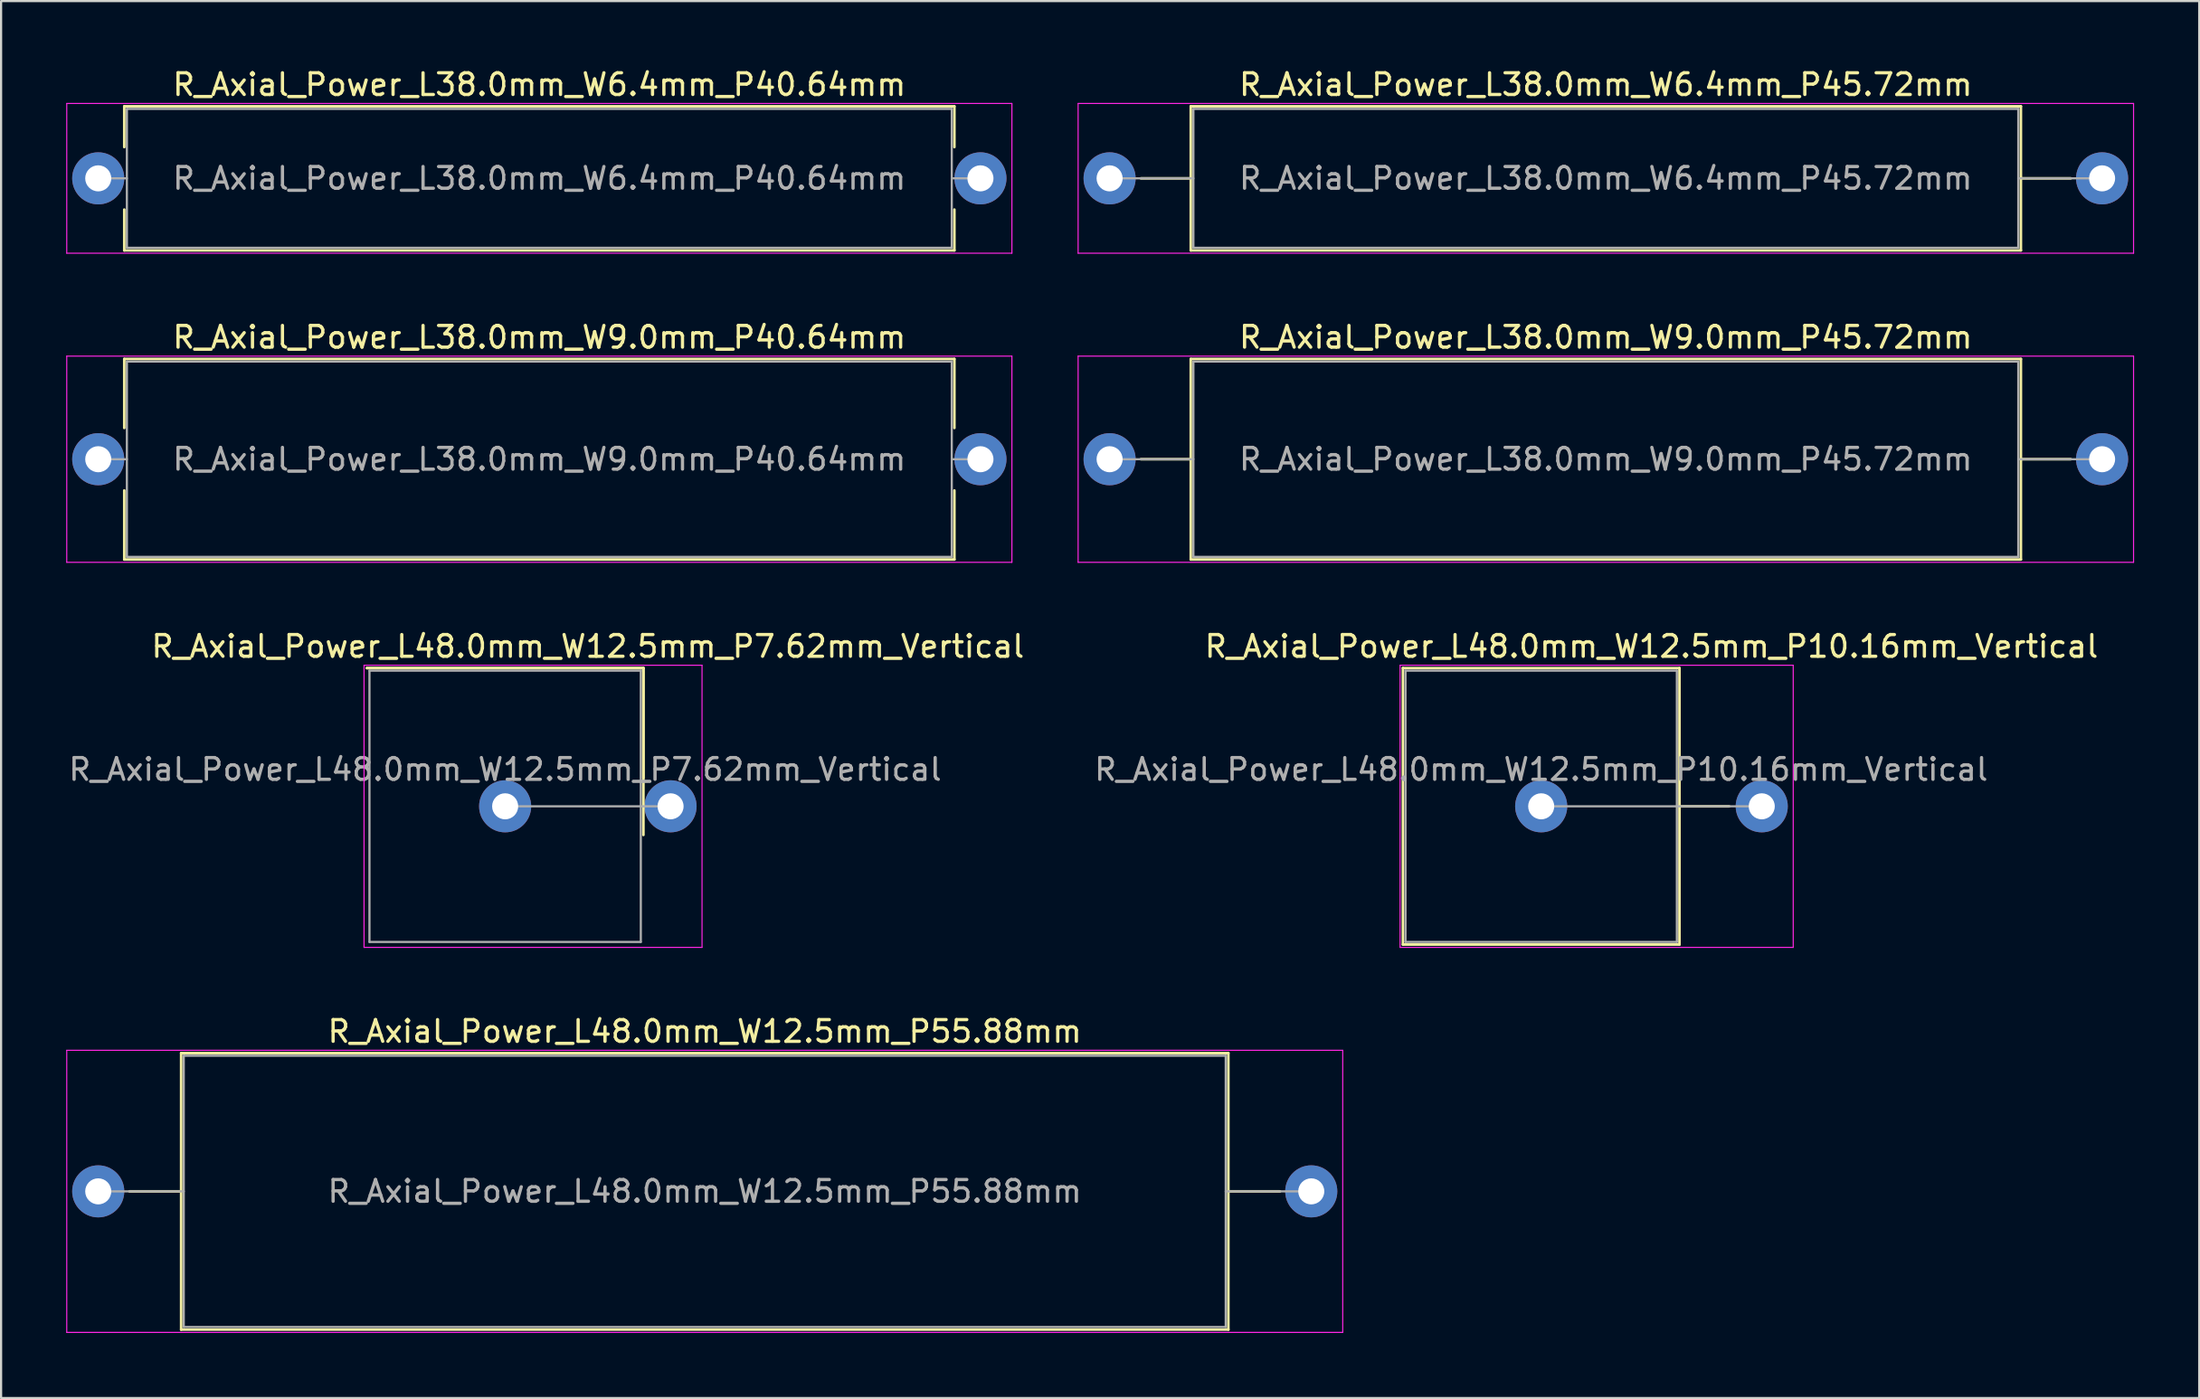
<source format=kicad_pcb>
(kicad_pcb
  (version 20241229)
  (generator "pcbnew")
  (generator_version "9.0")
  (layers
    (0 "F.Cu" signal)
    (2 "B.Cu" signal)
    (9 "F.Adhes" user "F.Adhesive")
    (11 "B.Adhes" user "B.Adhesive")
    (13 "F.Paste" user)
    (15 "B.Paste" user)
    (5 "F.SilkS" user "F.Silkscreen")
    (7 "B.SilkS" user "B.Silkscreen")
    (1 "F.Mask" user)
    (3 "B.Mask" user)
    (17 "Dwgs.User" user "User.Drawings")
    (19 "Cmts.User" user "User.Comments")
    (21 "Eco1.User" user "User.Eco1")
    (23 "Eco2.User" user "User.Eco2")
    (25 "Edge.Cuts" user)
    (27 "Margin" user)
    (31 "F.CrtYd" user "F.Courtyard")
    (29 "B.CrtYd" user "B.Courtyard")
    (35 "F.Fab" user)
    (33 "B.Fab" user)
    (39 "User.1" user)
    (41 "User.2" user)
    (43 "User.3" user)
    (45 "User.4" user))
  (footprint "R_Axial_Power_L38.0mm_W9.0mm_P40.64mm"
    (layer "F.Cu")
    (at 1.475 18.111)
    (property "Reference" "R_Axial_Power_L38.0mm_W9.0mm_P40.64mm" (at 20.32 -5.62 0) (layer "F.SilkS") (effects (font (size 1 1) (thickness 0.15))))
    (attr through_hole)
    (fp_line (start 1.2 -4.62) (end 39.44 -4.62) (stroke (width 0.12) (type solid)) (layer "F.SilkS"))
    (fp_line (start 1.2 -1.44) (end 1.2 -4.62) (stroke (width 0.12) (type solid)) (layer "F.SilkS"))
    (fp_line (start 1.2 1.44) (end 1.2 4.62) (stroke (width 0.12) (type solid)) (layer "F.SilkS"))
    (fp_line (start 1.2 4.62) (end 39.44 4.62) (stroke (width 0.12) (type solid)) (layer "F.SilkS"))
    (fp_line (start 39.44 -4.62) (end 39.44 -1.44) (stroke (width 0.12) (type solid)) (layer "F.SilkS"))
    (fp_line (start 39.44 4.62) (end 39.44 1.44) (stroke (width 0.12) (type solid)) (layer "F.SilkS"))
    (fp_line (start -1.45 -4.75) (end -1.45 4.75) (stroke (width 0.05) (type solid)) (layer "F.CrtYd"))
    (fp_line (start -1.45 4.75) (end 42.09 4.75) (stroke (width 0.05) (type solid)) (layer "F.CrtYd"))
    (fp_line (start 42.09 -4.75) (end -1.45 -4.75) (stroke (width 0.05) (type solid)) (layer "F.CrtYd"))
    (fp_line (start 42.09 4.75) (end 42.09 -4.75) (stroke (width 0.05) (type solid)) (layer "F.CrtYd"))
    (fp_line (start 0 0) (end 1.32 0) (stroke (width 0.1) (type solid)) (layer "F.Fab"))
    (fp_line (start 1.32 -4.5) (end 1.32 4.5) (stroke (width 0.1) (type solid)) (layer "F.Fab"))
    (fp_line (start 1.32 4.5) (end 39.32 4.5) (stroke (width 0.1) (type solid)) (layer "F.Fab"))
    (fp_line (start 39.32 -4.5) (end 1.32 -4.5) (stroke (width 0.1) (type solid)) (layer "F.Fab"))
    (fp_line (start 39.32 4.5) (end 39.32 -4.5) (stroke (width 0.1) (type solid)) (layer "F.Fab"))
    (fp_line (start 40.64 0) (end 39.32 0) (stroke (width 0.1) (type solid)) (layer "F.Fab"))
    (fp_text user "${REFERENCE}" (at 20.32 0 0) (layer "F.Fab") (effects (font (size 1 1) (thickness 0.15))))
    (pad "1" thru_hole circle (at 0 0) (size 2.4 2.4) (drill 1.2) (layers "*.Cu" "*.Mask"))
    (pad "2" thru_hole oval (at 40.64 0) (size 2.4 2.4) (drill 1.2) (layers "*.Cu" "*.Mask")))
  (footprint "R_Axial_Power_L48.0mm_W12.5mm_P10.16mm_Vertical"
    (layer "F.Cu")
    (at 67.947 34.105)
    (property "Reference" "R_Axial_Power_L48.0mm_W12.5mm_P10.16mm_Vertical" (at 5.08 -7.37 0) (layer "F.SilkS") (effects (font (size 1 1) (thickness 0.15))))
    (attr through_hole)
    (fp_line (start -6.37 -6.37) (end -6.37 6.37) (stroke (width 0.12) (type solid)) (layer "F.SilkS"))
    (fp_line (start -6.37 6.37) (end 6.37 6.37) (stroke (width 0.12) (type solid)) (layer "F.SilkS"))
    (fp_line (start 6.37 -6.37) (end -6.37 -6.37) (stroke (width 0.12) (type solid)) (layer "F.SilkS"))
    (fp_line (start 6.37 0) (end 8.66 0) (stroke (width 0.12) (type solid)) (layer "F.SilkS"))
    (fp_line (start 6.37 6.37) (end 6.37 -6.37) (stroke (width 0.12) (type solid)) (layer "F.SilkS"))
    (fp_line (start -6.5 -6.5) (end -6.5 6.5) (stroke (width 0.05) (type solid)) (layer "F.CrtYd"))
    (fp_line (start -6.5 6.5) (end 11.61 6.5) (stroke (width 0.05) (type solid)) (layer "F.CrtYd"))
    (fp_line (start 11.61 -6.5) (end -6.5 -6.5) (stroke (width 0.05) (type solid)) (layer "F.CrtYd"))
    (fp_line (start 11.61 6.5) (end 11.61 -6.5) (stroke (width 0.05) (type solid)) (layer "F.CrtYd"))
    (fp_line (start -6.25 -6.25) (end -6.25 6.25) (stroke (width 0.1) (type solid)) (layer "F.Fab"))
    (fp_line (start -6.25 6.25) (end 6.25 6.25) (stroke (width 0.1) (type solid)) (layer "F.Fab"))
    (fp_line (start 0 0) (end 10.16 0) (stroke (width 0.1) (type solid)) (layer "F.Fab"))
    (fp_line (start 6.25 -6.25) (end -6.25 -6.25) (stroke (width 0.1) (type solid)) (layer "F.Fab"))
    (fp_line (start 6.25 6.25) (end 6.25 -6.25) (stroke (width 0.1) (type solid)) (layer "F.Fab"))
    (fp_text user "${REFERENCE}" (at 0 -1.7 0) (layer "F.Fab") (effects (font (size 1 1) (thickness 0.15))))
    (pad "1" thru_hole circle (at 0 0) (size 2.4 2.4) (drill 1.2) (layers "*.Cu" "*.Mask"))
    (pad "2" thru_hole oval (at 10.16 0) (size 2.4 2.4) (drill 1.2) (layers "*.Cu" "*.Mask")))
  (footprint "R_Axial_Power_L38.0mm_W9.0mm_P45.72mm"
    (layer "F.Cu")
    (at 48.065 18.111)
    (property "Reference" "R_Axial_Power_L38.0mm_W9.0mm_P45.72mm" (at 22.86 -5.62 0) (layer "F.SilkS") (effects (font (size 1 1) (thickness 0.15))))
    (attr through_hole)
    (fp_line (start 1.44 0) (end 3.74 0) (stroke (width 0.12) (type solid)) (layer "F.SilkS"))
    (fp_line (start 3.74 -4.62) (end 3.74 4.62) (stroke (width 0.12) (type solid)) (layer "F.SilkS"))
    (fp_line (start 3.74 4.62) (end 41.98 4.62) (stroke (width 0.12) (type solid)) (layer "F.SilkS"))
    (fp_line (start 41.98 -4.62) (end 3.74 -4.62) (stroke (width 0.12) (type solid)) (layer "F.SilkS"))
    (fp_line (start 41.98 4.62) (end 41.98 -4.62) (stroke (width 0.12) (type solid)) (layer "F.SilkS"))
    (fp_line (start 44.28 0) (end 41.98 0) (stroke (width 0.12) (type solid)) (layer "F.SilkS"))
    (fp_line (start -1.45 -4.75) (end -1.45 4.75) (stroke (width 0.05) (type solid)) (layer "F.CrtYd"))
    (fp_line (start -1.45 4.75) (end 47.17 4.75) (stroke (width 0.05) (type solid)) (layer "F.CrtYd"))
    (fp_line (start 47.17 -4.75) (end -1.45 -4.75) (stroke (width 0.05) (type solid)) (layer "F.CrtYd"))
    (fp_line (start 47.17 4.75) (end 47.17 -4.75) (stroke (width 0.05) (type solid)) (layer "F.CrtYd"))
    (fp_line (start 0 0) (end 3.86 0) (stroke (width 0.1) (type solid)) (layer "F.Fab"))
    (fp_line (start 3.86 -4.5) (end 3.86 4.5) (stroke (width 0.1) (type solid)) (layer "F.Fab"))
    (fp_line (start 3.86 4.5) (end 41.86 4.5) (stroke (width 0.1) (type solid)) (layer "F.Fab"))
    (fp_line (start 41.86 -4.5) (end 3.86 -4.5) (stroke (width 0.1) (type solid)) (layer "F.Fab"))
    (fp_line (start 41.86 4.5) (end 41.86 -4.5) (stroke (width 0.1) (type solid)) (layer "F.Fab"))
    (fp_line (start 45.72 0) (end 41.86 0) (stroke (width 0.1) (type solid)) (layer "F.Fab"))
    (fp_text user "${REFERENCE}" (at 22.86 0 0) (layer "F.Fab") (effects (font (size 1 1) (thickness 0.15))))
    (pad "1" thru_hole circle (at 0 0) (size 2.4 2.4) (drill 1.2) (layers "*.Cu" "*.Mask"))
    (pad "2" thru_hole oval (at 45.72 0) (size 2.4 2.4) (drill 1.2) (layers "*.Cu" "*.Mask")))
  (footprint "R_Axial_Power_L48.0mm_W12.5mm_P7.62mm_Vertical"
    (layer "F.Cu")
    (at 20.22 34.105)
    (property "Reference" "R_Axial_Power_L48.0mm_W12.5mm_P7.62mm_Vertical" (at 3.81 -7.37 0) (layer "F.SilkS") (effects (font (size 1 1) (thickness 0.15))))
    (attr through_hole)
    (fp_line (start -6.37 -6.37) (end 6.37 -6.37) (stroke (width 0.12) (type solid)) (layer "F.SilkS"))
    (fp_line (start 6.37 -6.37) (end -6.37 -6.37) (stroke (width 0.12) (type solid)) (layer "F.SilkS"))
    (fp_line (start 6.37 -6.37) (end 6.37 1.32) (stroke (width 0.12) (type solid)) (layer "F.SilkS"))
    (fp_line (start 6.37 -1.32) (end 6.37 -6.37) (stroke (width 0.12) (type solid)) (layer "F.SilkS"))
    (fp_line (start -6.5 -6.5) (end -6.5 6.5) (stroke (width 0.05) (type solid)) (layer "F.CrtYd"))
    (fp_line (start -6.5 6.5) (end 9.07 6.5) (stroke (width 0.05) (type solid)) (layer "F.CrtYd"))
    (fp_line (start 9.07 -6.5) (end -6.5 -6.5) (stroke (width 0.05) (type solid)) (layer "F.CrtYd"))
    (fp_line (start 9.07 6.5) (end 9.07 -6.5) (stroke (width 0.05) (type solid)) (layer "F.CrtYd"))
    (fp_line (start -6.25 -6.25) (end -6.25 6.25) (stroke (width 0.1) (type solid)) (layer "F.Fab"))
    (fp_line (start -6.25 6.25) (end 6.25 6.25) (stroke (width 0.1) (type solid)) (layer "F.Fab"))
    (fp_line (start 0 0) (end 7.62 0) (stroke (width 0.1) (type solid)) (layer "F.Fab"))
    (fp_line (start 6.25 -6.25) (end -6.25 -6.25) (stroke (width 0.1) (type solid)) (layer "F.Fab"))
    (fp_line (start 6.25 6.25) (end 6.25 -6.25) (stroke (width 0.1) (type solid)) (layer "F.Fab"))
    (fp_text user "${REFERENCE}" (at 0 -1.7 0) (layer "F.Fab") (effects (font (size 1 1) (thickness 0.15))))
    (pad "1" thru_hole circle (at 0 0) (size 2.4 2.4) (drill 1.2) (layers "*.Cu" "*.Mask"))
    (pad "2" thru_hole oval (at 7.62 0) (size 2.4 2.4) (drill 1.2) (layers "*.Cu" "*.Mask")))
  (footprint "R_Axial_Power_L38.0mm_W6.4mm_P40.64mm"
    (layer "F.Cu")
    (at 1.475 5.168)
    (property "Reference" "R_Axial_Power_L38.0mm_W6.4mm_P40.64mm" (at 20.32 -4.32 0) (layer "F.SilkS") (effects (font (size 1 1) (thickness 0.15))))
    (attr through_hole)
    (fp_line (start 1.2 -3.32) (end 39.44 -3.32) (stroke (width 0.12) (type solid)) (layer "F.SilkS"))
    (fp_line (start 1.2 -1.44) (end 1.2 -3.32) (stroke (width 0.12) (type solid)) (layer "F.SilkS"))
    (fp_line (start 1.2 1.44) (end 1.2 3.32) (stroke (width 0.12) (type solid)) (layer "F.SilkS"))
    (fp_line (start 1.2 3.32) (end 39.44 3.32) (stroke (width 0.12) (type solid)) (layer "F.SilkS"))
    (fp_line (start 39.44 -3.32) (end 39.44 -1.44) (stroke (width 0.12) (type solid)) (layer "F.SilkS"))
    (fp_line (start 39.44 3.32) (end 39.44 1.44) (stroke (width 0.12) (type solid)) (layer "F.SilkS"))
    (fp_line (start -1.45 -3.45) (end -1.45 3.45) (stroke (width 0.05) (type solid)) (layer "F.CrtYd"))
    (fp_line (start -1.45 3.45) (end 42.09 3.45) (stroke (width 0.05) (type solid)) (layer "F.CrtYd"))
    (fp_line (start 42.09 -3.45) (end -1.45 -3.45) (stroke (width 0.05) (type solid)) (layer "F.CrtYd"))
    (fp_line (start 42.09 3.45) (end 42.09 -3.45) (stroke (width 0.05) (type solid)) (layer "F.CrtYd"))
    (fp_line (start 0 0) (end 1.32 0) (stroke (width 0.1) (type solid)) (layer "F.Fab"))
    (fp_line (start 1.32 -3.2) (end 1.32 3.2) (stroke (width 0.1) (type solid)) (layer "F.Fab"))
    (fp_line (start 1.32 3.2) (end 39.32 3.2) (stroke (width 0.1) (type solid)) (layer "F.Fab"))
    (fp_line (start 39.32 -3.2) (end 1.32 -3.2) (stroke (width 0.1) (type solid)) (layer "F.Fab"))
    (fp_line (start 39.32 3.2) (end 39.32 -3.2) (stroke (width 0.1) (type solid)) (layer "F.Fab"))
    (fp_line (start 40.64 0) (end 39.32 0) (stroke (width 0.1) (type solid)) (layer "F.Fab"))
    (fp_text user "${REFERENCE}" (at 20.32 0 0) (layer "F.Fab") (effects (font (size 1 1) (thickness 0.15))))
    (pad "1" thru_hole circle (at 0 0) (size 2.4 2.4) (drill 1.2) (layers "*.Cu" "*.Mask"))
    (pad "2" thru_hole oval (at 40.64 0) (size 2.4 2.4) (drill 1.2) (layers "*.Cu" "*.Mask")))
  (footprint "R_Axial_Power_L48.0mm_W12.5mm_P55.88mm"
    (layer "F.Cu")
    (at 1.475 51.848)
    (property "Reference" "R_Axial_Power_L48.0mm_W12.5mm_P55.88mm" (at 27.94 -7.37 0) (layer "F.SilkS") (effects (font (size 1 1) (thickness 0.15))))
    (attr through_hole)
    (fp_line (start 1.44 0) (end 3.82 0) (stroke (width 0.12) (type solid)) (layer "F.SilkS"))
    (fp_line (start 3.82 -6.37) (end 3.82 6.37) (stroke (width 0.12) (type solid)) (layer "F.SilkS"))
    (fp_line (start 3.82 6.37) (end 52.06 6.37) (stroke (width 0.12) (type solid)) (layer "F.SilkS"))
    (fp_line (start 52.06 -6.37) (end 3.82 -6.37) (stroke (width 0.12) (type solid)) (layer "F.SilkS"))
    (fp_line (start 52.06 6.37) (end 52.06 -6.37) (stroke (width 0.12) (type solid)) (layer "F.SilkS"))
    (fp_line (start 54.44 0) (end 52.06 0) (stroke (width 0.12) (type solid)) (layer "F.SilkS"))
    (fp_line (start -1.45 -6.5) (end -1.45 6.5) (stroke (width 0.05) (type solid)) (layer "F.CrtYd"))
    (fp_line (start -1.45 6.5) (end 57.33 6.5) (stroke (width 0.05) (type solid)) (layer "F.CrtYd"))
    (fp_line (start 57.33 -6.5) (end -1.45 -6.5) (stroke (width 0.05) (type solid)) (layer "F.CrtYd"))
    (fp_line (start 57.33 6.5) (end 57.33 -6.5) (stroke (width 0.05) (type solid)) (layer "F.CrtYd"))
    (fp_line (start 0 0) (end 3.94 0) (stroke (width 0.1) (type solid)) (layer "F.Fab"))
    (fp_line (start 3.94 -6.25) (end 3.94 6.25) (stroke (width 0.1) (type solid)) (layer "F.Fab"))
    (fp_line (start 3.94 6.25) (end 51.94 6.25) (stroke (width 0.1) (type solid)) (layer "F.Fab"))
    (fp_line (start 51.94 -6.25) (end 3.94 -6.25) (stroke (width 0.1) (type solid)) (layer "F.Fab"))
    (fp_line (start 51.94 6.25) (end 51.94 -6.25) (stroke (width 0.1) (type solid)) (layer "F.Fab"))
    (fp_line (start 55.88 0) (end 51.94 0) (stroke (width 0.1) (type solid)) (layer "F.Fab"))
    (fp_text user "${REFERENCE}" (at 27.94 0 0) (layer "F.Fab") (effects (font (size 1 1) (thickness 0.15))))
    (pad "1" thru_hole circle (at 0 0) (size 2.4 2.4) (drill 1.2) (layers "*.Cu" "*.Mask"))
    (pad "2" thru_hole oval (at 55.88 0) (size 2.4 2.4) (drill 1.2) (layers "*.Cu" "*.Mask")))
  (footprint "R_Axial_Power_L38.0mm_W6.4mm_P45.72mm"
    (layer "F.Cu")
    (at 48.065 5.168)
    (property "Reference" "R_Axial_Power_L38.0mm_W6.4mm_P45.72mm" (at 22.86 -4.32 0) (layer "F.SilkS") (effects (font (size 1 1) (thickness 0.15))))
    (attr through_hole)
    (fp_line (start 1.44 0) (end 3.74 0) (stroke (width 0.12) (type solid)) (layer "F.SilkS"))
    (fp_line (start 3.74 -3.32) (end 3.74 3.32) (stroke (width 0.12) (type solid)) (layer "F.SilkS"))
    (fp_line (start 3.74 3.32) (end 41.98 3.32) (stroke (width 0.12) (type solid)) (layer "F.SilkS"))
    (fp_line (start 41.98 -3.32) (end 3.74 -3.32) (stroke (width 0.12) (type solid)) (layer "F.SilkS"))
    (fp_line (start 41.98 3.32) (end 41.98 -3.32) (stroke (width 0.12) (type solid)) (layer "F.SilkS"))
    (fp_line (start 44.28 0) (end 41.98 0) (stroke (width 0.12) (type solid)) (layer "F.SilkS"))
    (fp_line (start -1.45 -3.45) (end -1.45 3.45) (stroke (width 0.05) (type solid)) (layer "F.CrtYd"))
    (fp_line (start -1.45 3.45) (end 47.17 3.45) (stroke (width 0.05) (type solid)) (layer "F.CrtYd"))
    (fp_line (start 47.17 -3.45) (end -1.45 -3.45) (stroke (width 0.05) (type solid)) (layer "F.CrtYd"))
    (fp_line (start 47.17 3.45) (end 47.17 -3.45) (stroke (width 0.05) (type solid)) (layer "F.CrtYd"))
    (fp_line (start 0 0) (end 3.86 0) (stroke (width 0.1) (type solid)) (layer "F.Fab"))
    (fp_line (start 3.86 -3.2) (end 3.86 3.2) (stroke (width 0.1) (type solid)) (layer "F.Fab"))
    (fp_line (start 3.86 3.2) (end 41.86 3.2) (stroke (width 0.1) (type solid)) (layer "F.Fab"))
    (fp_line (start 41.86 -3.2) (end 3.86 -3.2) (stroke (width 0.1) (type solid)) (layer "F.Fab"))
    (fp_line (start 41.86 3.2) (end 41.86 -3.2) (stroke (width 0.1) (type solid)) (layer "F.Fab"))
    (fp_line (start 45.72 0) (end 41.86 0) (stroke (width 0.1) (type solid)) (layer "F.Fab"))
    (fp_text user "${REFERENCE}" (at 22.86 0 0) (layer "F.Fab") (effects (font (size 1 1) (thickness 0.15))))
    (pad "1" thru_hole circle (at 0 0) (size 2.4 2.4) (drill 1.2) (layers "*.Cu" "*.Mask"))
    (pad "2" thru_hole oval (at 45.72 0) (size 2.4 2.4) (drill 1.2) (layers "*.Cu" "*.Mask")))
  (gr_rect
    (start -3 -3)
    (end 98.26 61.373)
    (stroke (width 0.1) (type default))
    (fill no)
    (layer "Edge.Cuts")))
</source>
